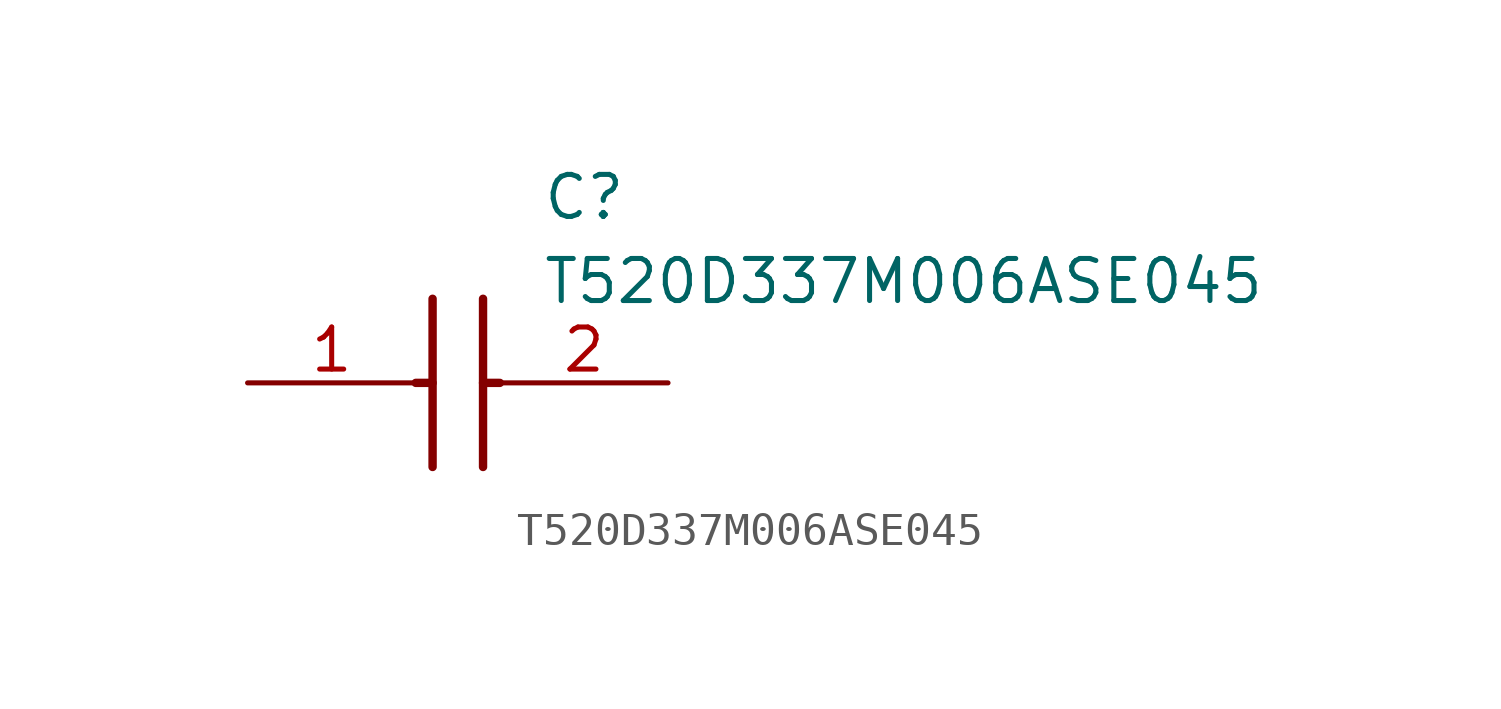
<source format=kicad_sym>
(kicad_symbol_lib
  (version 20211014)
  (generator SamacSys_ECAD_Model)
  (symbol "T520D337M006ASE045"
    (pin_names hide)
    (property "Reference" "C"
      (at 8.89 6.35 0)
      (effects (font (size 1.27 1.27)) (justify left top)))
    (property "Value" "T520D337M006ASE045"
      (at 8.89 3.81 0)
      (effects (font (size 1.27 1.27)) (justify left top)))
    (polyline
      (pts (xy 5.588 2.54) (xy 5.588 -2.54))
      (stroke (width 0.254) (type default))
      (fill (type none)))
    (polyline
      (pts (xy 7.112 2.54) (xy 7.112 -2.54))
      (stroke (width 0.254) (type default))
      (fill (type none)))
    (polyline
      (pts (xy 5.08 0) (xy 5.588 0))
      (stroke (width 0.254) (type default))
      (fill (type none)))
    (polyline
      (pts (xy 7.112 0) (xy 7.62 0))
      (stroke (width 0.254) (type default))
      (fill (type none)))
    (pin passive line
      (at 0 0 0)
      (length 5.08)
      (name "+" (effects (font (size 1.27 1.27))))
      (number "1" (effects (font (size 1.27 1.27)))))
    (pin passive line
      (at 12.7 0 180)
      (length 5.08)
      (name "-" (effects (font (size 1.27 1.27))))
      (number "2" (effects (font (size 1.27 1.27)))))))
</source>
